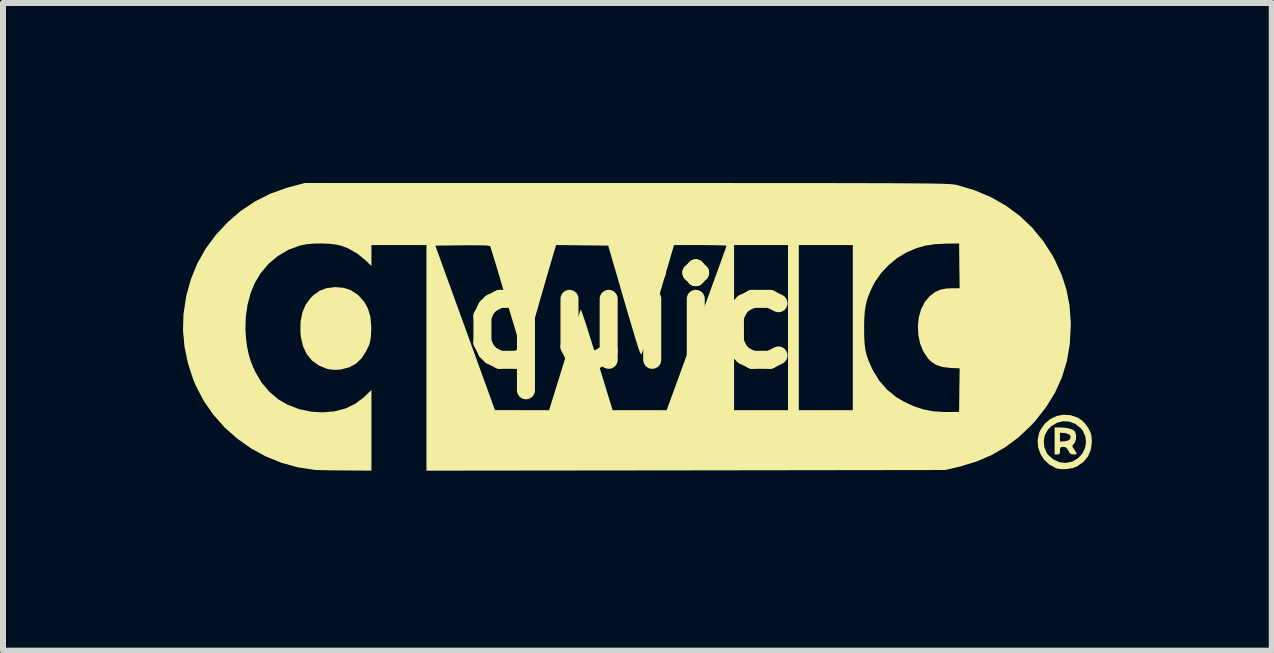
<source format=kicad_pcb>
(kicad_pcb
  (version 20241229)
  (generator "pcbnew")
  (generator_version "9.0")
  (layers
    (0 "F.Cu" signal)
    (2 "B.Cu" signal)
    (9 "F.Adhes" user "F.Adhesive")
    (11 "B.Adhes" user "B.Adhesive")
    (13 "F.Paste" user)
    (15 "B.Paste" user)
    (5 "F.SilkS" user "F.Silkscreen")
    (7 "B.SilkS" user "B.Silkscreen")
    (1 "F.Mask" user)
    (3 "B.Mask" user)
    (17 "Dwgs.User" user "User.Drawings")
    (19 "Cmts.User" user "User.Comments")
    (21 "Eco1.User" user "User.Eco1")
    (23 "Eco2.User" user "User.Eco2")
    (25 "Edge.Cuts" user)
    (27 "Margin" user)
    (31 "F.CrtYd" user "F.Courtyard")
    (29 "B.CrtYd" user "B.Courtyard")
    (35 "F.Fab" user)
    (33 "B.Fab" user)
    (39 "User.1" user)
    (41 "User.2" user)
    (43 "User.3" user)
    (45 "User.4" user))
  (footprint "quiic"
    (layer "F.Cu")
    (at 7.458 2.258)
    (property "Reference" "quiic" (at 0 0 0) (layer "F.SilkS") (effects (font (size 1.524 1.524) (thickness 0.3))))
    (attr board_only exclude_from_pos_files exclude_from_bom)
    (fp_poly (pts (xy -4.777 -0.51) (xy -4.663 -0.472) (xy -4.559 -0.406) (xy -4.532 -0.383) (xy -4.44 -0.28) (xy -4.374 -0.163) (xy -4.335 -0.027) (xy -4.32 0.131) (xy -4.322 0.229) (xy -4.327 0.315) (xy -4.337 0.379) (xy -4.353 0.435) (xy -4.381 0.497) (xy -4.4 0.536) (xy -4.477 0.659) (xy -4.57 0.75) (xy -4.68 0.812) (xy -4.813 0.848) (xy -4.882 0.856) (xy -4.957 0.855) (xy -5.033 0.845) (xy -5.056 0.84) (xy -5.194 0.784) (xy -5.307 0.703) (xy -5.394 0.596) (xy -5.457 0.465) (xy -5.493 0.31) (xy -5.501 0.224) (xy -5.498 0.051) (xy -5.469 -0.099) (xy -5.414 -0.228) (xy -5.331 -0.341) (xy -5.285 -0.387) (xy -5.183 -0.46) (xy -5.07 -0.504) (xy -4.939 -0.521) (xy -4.911 -0.522)) (stroke (width 0) (type solid)) (fill yes) (layer "F.SilkS"))
    (fp_poly (pts (xy 7.164 1.817) (xy 7.26 1.823) (xy 7.338 1.841) (xy 7.393 1.868) (xy 7.411 1.888) (xy 7.428 1.948) (xy 7.426 2.015) (xy 7.405 2.072) (xy 7.393 2.087) (xy 7.369 2.114) (xy 7.367 2.136) (xy 7.387 2.169) (xy 7.39 2.173) (xy 7.424 2.224) (xy 7.437 2.252) (xy 7.43 2.264) (xy 7.401 2.267) (xy 7.389 2.267) (xy 7.345 2.261) (xy 7.318 2.239) (xy 7.298 2.204) (xy 7.272 2.16) (xy 7.241 2.143) (xy 7.214 2.141) (xy 7.177 2.144) (xy 7.162 2.162) (xy 7.159 2.204) (xy 7.156 2.246) (xy 7.141 2.264) (xy 7.115 2.267) (xy 7.07 2.267) (xy 7.07 1.905) (xy 7.159 1.905) (xy 7.159 2.053) (xy 7.234 2.047) (xy 7.295 2.035) (xy 7.328 2.01) (xy 7.339 1.969) (xy 7.317 1.936) (xy 7.267 1.915) (xy 7.234 1.91) (xy 7.159 1.905) (xy 7.07 1.905) (xy 7.07 1.817)) (stroke (width 0) (type solid)) (fill yes) (layer "F.SilkS"))
    (fp_poly (pts (xy 7.334 1.612) (xy 7.449 1.651) (xy 7.525 1.699) (xy 7.568 1.741) (xy 7.613 1.8) (xy 7.638 1.839) (xy 7.668 1.9) (xy 7.683 1.956) (xy 7.689 2.023) (xy 7.69 2.06) (xy 7.673 2.189) (xy 7.625 2.301) (xy 7.546 2.395) (xy 7.439 2.468) (xy 7.367 2.494) (xy 7.28 2.509) (xy 7.191 2.512) (xy 7.115 2.503) (xy 7.097 2.497) (xy 6.986 2.438) (xy 6.897 2.356) (xy 6.833 2.257) (xy 6.795 2.147) (xy 6.787 2.042) (xy 6.889 2.042) (xy 6.898 2.143) (xy 6.936 2.236) (xy 6.967 2.279) (xy 7.053 2.352) (xy 7.151 2.396) (xy 7.256 2.408) (xy 7.36 2.387) (xy 7.371 2.383) (xy 7.463 2.327) (xy 7.532 2.252) (xy 7.575 2.162) (xy 7.593 2.065) (xy 7.582 1.968) (xy 7.542 1.876) (xy 7.505 1.829) (xy 7.416 1.758) (xy 7.317 1.72) (xy 7.214 1.713) (xy 7.113 1.737) (xy 7.019 1.792) (xy 6.956 1.856) (xy 6.908 1.943) (xy 6.889 2.042) (xy 6.787 2.042) (xy 6.786 2.03) (xy 6.809 1.914) (xy 6.833 1.858) (xy 6.905 1.754) (xy 6.996 1.677) (xy 7.102 1.626) (xy 7.217 1.604)) (stroke (width 0) (type solid)) (fill yes) (layer "F.SilkS"))
    (fp_poly (pts (xy 0.458 -2.258) (xy 0.944 -2.258) (xy 1.396 -2.258) (xy 1.816 -2.257) (xy 2.205 -2.257) (xy 2.565 -2.257) (xy 2.895 -2.257) (xy 3.199 -2.257) (xy 3.476 -2.256) (xy 3.729 -2.256) (xy 3.957 -2.255) (xy 4.164 -2.255) (xy 4.349 -2.254) (xy 4.515 -2.253) (xy 4.661 -2.252) (xy 4.79 -2.251) (xy 4.903 -2.25) (xy 5.001 -2.249) (xy 5.086 -2.247) (xy 5.157 -2.246) (xy 5.218 -2.244) (xy 5.268 -2.242) (xy 5.31 -2.24) (xy 5.344 -2.238) (xy 5.372 -2.235) (xy 5.394 -2.233) (xy 5.413 -2.23) (xy 5.429 -2.227) (xy 5.442 -2.224) (xy 5.734 -2.138) (xy 6.007 -2.023) (xy 6.26 -1.879) (xy 6.491 -1.708) (xy 6.699 -1.51) (xy 6.882 -1.287) (xy 7.04 -1.04) (xy 7.075 -0.973) (xy 7.188 -0.725) (xy 7.268 -0.477) (xy 7.318 -0.221) (xy 7.338 0.051) (xy 7.339 0.125) (xy 7.323 0.424) (xy 7.275 0.708) (xy 7.193 0.977) (xy 7.079 1.232) (xy 6.93 1.475) (xy 6.749 1.705) (xy 6.671 1.79) (xy 6.468 1.981) (xy 6.253 2.142) (xy 6.023 2.275) (xy 5.772 2.383) (xy 5.498 2.467) (xy 5.418 2.486) (xy 5.244 2.526) (xy 0.922 2.532) (xy -3.4 2.537) (xy -3.4 -1.214) (xy -3.252 -1.214) (xy -2.258 1.528) (xy -1.356 1.529) (xy -1.098 0.697) (xy -1.046 0.531) (xy -0.998 0.375) (xy -0.953 0.234) (xy -0.913 0.109) (xy -0.88 0.005) (xy -0.854 -0.074) (xy -0.837 -0.127) (xy -0.828 -0.148) (xy -0.828 -0.149) (xy -0.821 -0.135) (xy -0.804 -0.09) (xy -0.779 -0.017) (xy -0.746 0.081) (xy -0.708 0.201) (xy -0.664 0.339) (xy -0.616 0.492) (xy -0.565 0.656) (xy -0.556 0.683) (xy -0.297 1.529) (xy 0.153 1.529) (xy 0.603 1.529) (xy 1.727 1.529) (xy 2.626 1.529) (xy 2.806 1.529) (xy 3.706 1.529) (xy 3.706 0.162) (xy 3.895 0.162) (xy 3.896 0.306) (xy 3.903 0.423) (xy 3.916 0.523) (xy 3.937 0.613) (xy 3.969 0.704) (xy 4.013 0.804) (xy 4.04 0.861) (xy 4.146 1.036) (xy 4.279 1.188) (xy 4.437 1.316) (xy 4.561 1.388) (xy 4.726 1.464) (xy 4.884 1.516) (xy 5.046 1.547) (xy 5.223 1.559) (xy 5.307 1.559) (xy 5.478 1.556) (xy 5.482 1.194) (xy 5.487 0.832) (xy 5.328 0.824) (xy 5.2 0.809) (xy 5.096 0.775) (xy 5.011 0.718) (xy 4.957 0.663) (xy 4.88 0.548) (xy 4.827 0.416) (xy 4.798 0.273) (xy 4.791 0.126) (xy 4.806 -0.019) (xy 4.845 -0.154) (xy 4.906 -0.274) (xy 4.988 -0.372) (xy 5.076 -0.439) (xy 5.165 -0.48) (xy 5.269 -0.5) (xy 5.347 -0.503) (xy 5.487 -0.504) (xy 5.482 -0.877) (xy 5.478 -1.25) (xy 5.253 -1.247) (xy 5.074 -1.238) (xy 4.916 -1.214) (xy 4.769 -1.172) (xy 4.619 -1.109) (xy 4.587 -1.093) (xy 4.443 -1.005) (xy 4.304 -0.89) (xy 4.18 -0.758) (xy 4.08 -0.617) (xy 4.052 -0.566) (xy 3.995 -0.448) (xy 3.953 -0.34) (xy 3.924 -0.234) (xy 3.906 -0.12) (xy 3.897 0.012) (xy 3.895 0.162) (xy 3.706 0.162) (xy 3.706 -1.223) (xy 2.806 -1.223) (xy 2.806 1.529) (xy 2.626 1.529) (xy 2.626 -1.223) (xy 1.727 -1.223) (xy 1.727 1.529) (xy 0.603 1.529) (xy 1.102 0.165) (xy 1.179 -0.047) (xy 1.253 -0.249) (xy 1.322 -0.439) (xy 1.386 -0.614) (xy 1.443 -0.771) (xy 1.493 -0.908) (xy 1.534 -1.023) (xy 1.567 -1.113) (xy 1.589 -1.176) (xy 1.6 -1.208) (xy 1.601 -1.212) (xy 1.584 -1.215) (xy 1.536 -1.218) (xy 1.461 -1.22) (xy 1.365 -1.222) (xy 1.253 -1.223) (xy 1.164 -1.223) (xy 0.726 -1.223) (xy 0.469 -0.346) (xy 0.418 -0.174) (xy 0.37 -0.01) (xy 0.325 0.14) (xy 0.285 0.275) (xy 0.25 0.389) (xy 0.223 0.481) (xy 0.203 0.545) (xy 0.191 0.58) (xy 0.19 0.583) (xy 0.186 0.592) (xy 0.182 0.597) (xy 0.177 0.597) (xy 0.17 0.588) (xy 0.161 0.57) (xy 0.149 0.539) (xy 0.133 0.495) (xy 0.114 0.435) (xy 0.089 0.357) (xy 0.06 0.258) (xy 0.024 0.138) (xy -0.019 -0.006) (xy -0.069 -0.177) (xy -0.127 -0.375) (xy -0.193 -0.604) (xy -0.269 -0.865) (xy -0.285 -0.917) (xy -0.371 -1.214) (xy -0.805 -1.219) (xy -1.239 -1.224) (xy -1.284 -1.075) (xy -1.298 -1.026) (xy -1.321 -0.947) (xy -1.352 -0.842) (xy -1.389 -0.716) (xy -1.43 -0.573) (xy -1.475 -0.418) (xy -1.522 -0.255) (xy -1.548 -0.162) (xy -1.595 -0.002) (xy -1.638 0.146) (xy -1.677 0.281) (xy -1.712 0.398) (xy -1.741 0.493) (xy -1.762 0.564) (xy -1.776 0.606) (xy -1.78 0.616) (xy -1.787 0.602) (xy -1.803 0.556) (xy -1.828 0.483) (xy -1.859 0.384) (xy -1.897 0.263) (xy -1.939 0.123) (xy -1.986 -0.033) (xy -2.036 -0.201) (xy -2.059 -0.277) (xy -2.11 -0.452) (xy -2.159 -0.615) (xy -2.203 -0.766) (xy -2.243 -0.899) (xy -2.278 -1.013) (xy -2.305 -1.103) (xy -2.325 -1.166) (xy -2.336 -1.2) (xy -2.338 -1.204) (xy -2.357 -1.211) (xy -2.406 -1.216) (xy -2.486 -1.219) (xy -2.599 -1.22) (xy -2.746 -1.22) (xy -2.801 -1.219) (xy -3.252 -1.214) (xy -3.4 -1.214) (xy -3.4 -1.223) (xy -4.317 -1.223) (xy -4.317 -0.874) (xy -4.412 -0.966) (xy -4.552 -1.082) (xy -4.708 -1.169) (xy -4.803 -1.207) (xy -4.896 -1.23) (xy -5.012 -1.244) (xy -5.142 -1.25) (xy -5.274 -1.248) (xy -5.397 -1.237) (xy -5.5 -1.217) (xy -5.503 -1.217) (xy -5.699 -1.145) (xy -5.875 -1.042) (xy -6.031 -0.912) (xy -6.164 -0.754) (xy -6.265 -0.585) (xy -6.332 -0.418) (xy -6.382 -0.229) (xy -6.411 -0.028) (xy -6.418 0.176) (xy -6.408 0.328) (xy -6.389 0.473) (xy -6.364 0.594) (xy -6.332 0.704) (xy -6.288 0.815) (xy -6.248 0.899) (xy -6.147 1.07) (xy -6.02 1.22) (xy -5.873 1.345) (xy -5.72 1.435) (xy -5.524 1.511) (xy -5.318 1.554) (xy -5.131 1.565) (xy -4.934 1.549) (xy -4.754 1.502) (xy -4.591 1.425) (xy -4.446 1.317) (xy -4.424 1.295) (xy -4.317 1.191) (xy -4.317 2.536) (xy -4.754 2.533) (xy -4.88 2.532) (xy -4.998 2.531) (xy -5.101 2.529) (xy -5.185 2.527) (xy -5.242 2.525) (xy -5.262 2.524) (xy -5.545 2.481) (xy -5.818 2.405) (xy -6.08 2.299) (xy -6.326 2.164) (xy -6.555 2.002) (xy -6.763 1.817) (xy -6.949 1.608) (xy -7.108 1.38) (xy -7.239 1.133) (xy -7.288 1.016) (xy -7.376 0.745) (xy -7.433 0.469) (xy -7.458 0.195) (xy -7.45 -0.07) (xy -7.405 -0.369) (xy -7.328 -0.65) (xy -7.22 -0.915) (xy -7.08 -1.164) (xy -6.907 -1.397) (xy -6.714 -1.604) (xy -6.495 -1.792) (xy -6.261 -1.949) (xy -6.008 -2.077) (xy -5.735 -2.176) (xy -5.617 -2.208) (xy -5.424 -2.258) (xy -0.063 -2.258)) (stroke (width 0) (type solid)) (fill yes) (layer "F.SilkS")))
  (gr_rect
    (start -3 -3)
    (end 18.147 7.795)
    (stroke (width 0.1) (type default))
    (fill no)
    (layer "Edge.Cuts")))
</source>
